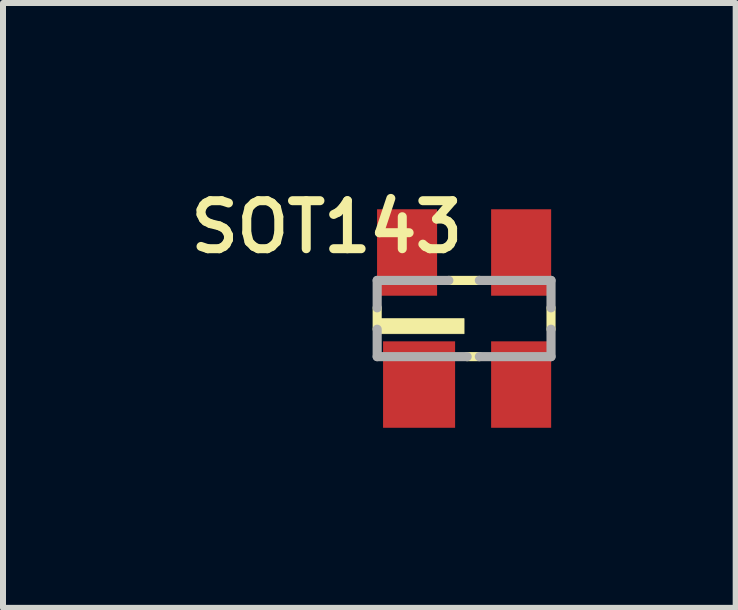
<source format=kicad_pcb>
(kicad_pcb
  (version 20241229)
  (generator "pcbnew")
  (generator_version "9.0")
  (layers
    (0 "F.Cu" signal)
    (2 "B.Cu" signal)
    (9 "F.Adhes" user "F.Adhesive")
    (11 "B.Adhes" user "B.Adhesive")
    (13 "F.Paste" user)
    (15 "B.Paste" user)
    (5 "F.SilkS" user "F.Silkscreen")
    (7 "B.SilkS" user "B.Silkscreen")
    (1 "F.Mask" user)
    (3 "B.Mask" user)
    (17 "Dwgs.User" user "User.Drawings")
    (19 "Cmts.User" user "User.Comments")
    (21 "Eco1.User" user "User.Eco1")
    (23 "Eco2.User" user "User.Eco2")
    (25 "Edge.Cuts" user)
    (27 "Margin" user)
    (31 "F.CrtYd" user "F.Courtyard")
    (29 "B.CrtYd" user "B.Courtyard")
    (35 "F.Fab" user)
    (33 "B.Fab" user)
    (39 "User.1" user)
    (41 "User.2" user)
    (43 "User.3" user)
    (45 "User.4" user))
  (footprint "SOT143"
    (layer "F.Cu")
    (at 4.681 2.256)
    (property "Reference" "SOT143" (at -2.287 -1.525 180) (layer "F.SilkS") (effects (font (size 0.8 0.8) (thickness 0.15))))
    (attr through_hole)
    (fp_line (start -1.448 -0.178) (end -1.448 0.178) (stroke (width 0.152) (type solid)) (layer "F.SilkS"))
    (fp_line (start -0.254 -0.635) (end 0.254 -0.635) (stroke (width 0.152) (type solid)) (layer "F.SilkS"))
    (fp_line (start 0.051 0.635) (end 0.254 0.635) (stroke (width 0.152) (type solid)) (layer "F.SilkS"))
    (fp_line (start 1.448 -0.178) (end 1.448 0.178) (stroke (width 0.152) (type solid)) (layer "F.SilkS"))
    (fp_poly (pts (xy -1.474 0) (xy 0 0) (xy 0 0.254) (xy -1.474 0.254)) (stroke (width 0.01) (type solid)) (fill yes) (layer "F.SilkS"))
    (fp_line (start -1.448 -0.635) (end -1.448 -0.178) (stroke (width 0.152) (type solid)) (layer "F.Fab"))
    (fp_line (start -1.448 0.635) (end -1.448 0.178) (stroke (width 0.152) (type solid)) (layer "F.Fab"))
    (fp_line (start -0.254 -0.635) (end -1.448 -0.635) (stroke (width 0.152) (type solid)) (layer "F.Fab"))
    (fp_line (start 0.051 0.635) (end -1.448 0.635) (stroke (width 0.152) (type solid)) (layer "F.Fab"))
    (fp_line (start 0.254 -0.635) (end 1.448 -0.635) (stroke (width 0.152) (type solid)) (layer "F.Fab"))
    (fp_line (start 0.254 0.635) (end 1.448 0.635) (stroke (width 0.152) (type solid)) (layer "F.Fab"))
    (fp_line (start 1.448 -0.635) (end 1.448 -0.178) (stroke (width 0.152) (type solid)) (layer "F.Fab"))
    (fp_line (start 1.448 0.635) (end 1.448 0.178) (stroke (width 0.152) (type solid)) (layer "F.Fab"))
    (pad "1" smd rect (at -0.75 1.1) (size 1.2 1.44) (layers "F.Cu" "F.Mask" "F.Paste"))
    (pad "2" smd rect (at 0.95 1.1) (size 1 1.44) (layers "F.Cu" "F.Mask" "F.Paste"))
    (pad "3" smd rect (at 0.95 -1.1) (size 1 1.44) (layers "F.Cu" "F.Mask" "F.Paste"))
    (pad "4" smd rect (at -0.95 -1.1) (size 1 1.44) (layers "F.Cu" "F.Mask" "F.Paste")))
  (gr_rect
    (start -3 -3)
    (end 9.205 7.076)
    (stroke (width 0.1) (type default))
    (fill no)
    (layer "Edge.Cuts")))
</source>
